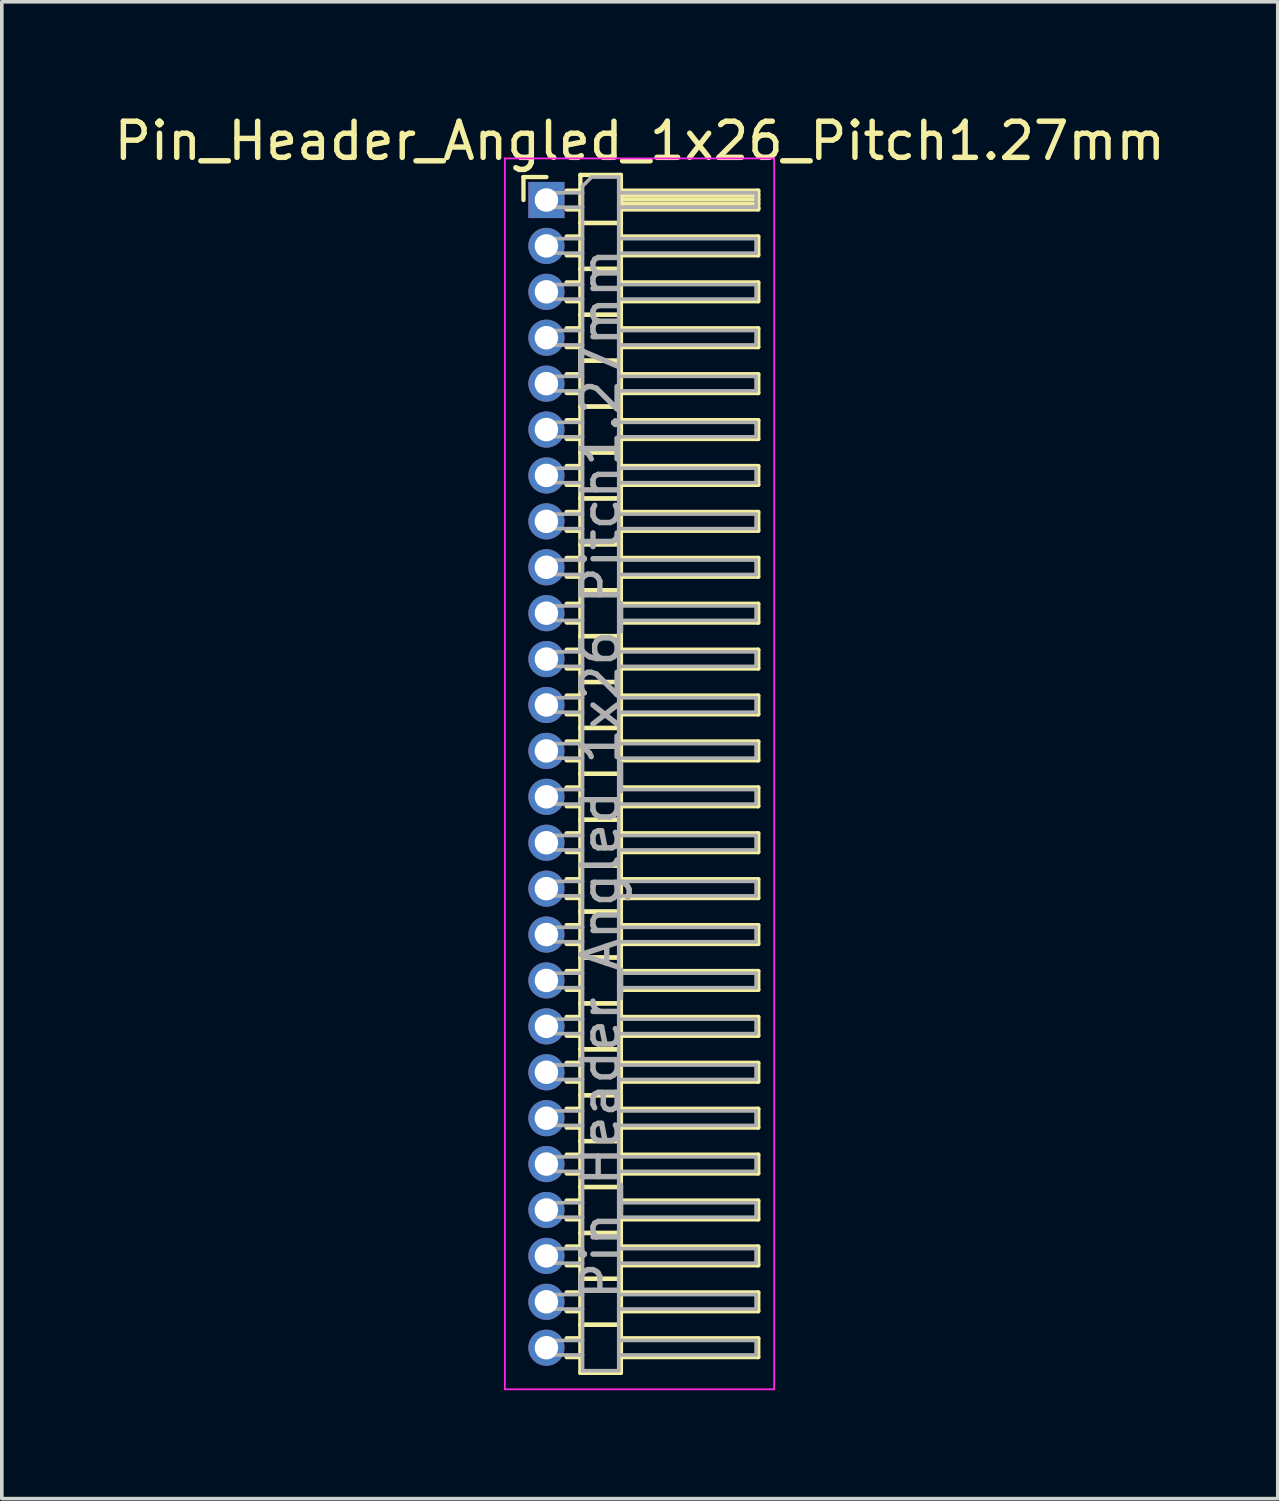
<source format=kicad_pcb>
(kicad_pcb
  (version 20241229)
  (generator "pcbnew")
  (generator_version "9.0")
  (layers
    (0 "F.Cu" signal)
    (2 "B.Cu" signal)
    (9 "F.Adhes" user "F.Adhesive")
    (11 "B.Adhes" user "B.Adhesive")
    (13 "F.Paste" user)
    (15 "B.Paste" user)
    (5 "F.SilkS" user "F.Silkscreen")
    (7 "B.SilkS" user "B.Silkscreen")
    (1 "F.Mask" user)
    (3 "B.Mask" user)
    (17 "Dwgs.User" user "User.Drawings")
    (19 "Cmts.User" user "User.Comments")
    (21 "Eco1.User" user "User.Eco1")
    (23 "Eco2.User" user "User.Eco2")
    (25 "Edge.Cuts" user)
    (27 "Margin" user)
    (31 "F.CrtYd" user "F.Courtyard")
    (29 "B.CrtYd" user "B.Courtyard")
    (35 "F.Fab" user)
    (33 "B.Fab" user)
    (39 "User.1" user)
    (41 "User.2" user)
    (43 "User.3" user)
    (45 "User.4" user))
  (footprint "Pin_Header_Angled_1x26_Pitch1.27mm"
    (layer "F.Cu")
    (at 12.066 2.483)
    (property "Reference" "Pin_Header_Angled_1x26_Pitch1.27mm" (at 2.583 -1.635 0) (layer "F.SilkS") (effects (font (size 1 1) (thickness 0.15))))
    (attr through_hole)
    (fp_line (start -0.635 -0.635) (end 0 -0.635) (stroke (width 0.12) (type solid)) (layer "F.SilkS"))
    (fp_line (start -0.635 0) (end -0.635 -0.635) (stroke (width 0.12) (type solid)) (layer "F.SilkS"))
    (fp_line (start 0.56 -0.26) (end 0.94 -0.26) (stroke (width 0.12) (type solid)) (layer "F.SilkS"))
    (fp_line (start 0.56 0.26) (end 0.94 0.26) (stroke (width 0.12) (type solid)) (layer "F.SilkS"))
    (fp_line (start 0.56 1.01) (end 0.94 1.01) (stroke (width 0.12) (type solid)) (layer "F.SilkS"))
    (fp_line (start 0.56 1.53) (end 0.94 1.53) (stroke (width 0.12) (type solid)) (layer "F.SilkS"))
    (fp_line (start 0.56 2.28) (end 0.94 2.28) (stroke (width 0.12) (type solid)) (layer "F.SilkS"))
    (fp_line (start 0.56 2.8) (end 0.94 2.8) (stroke (width 0.12) (type solid)) (layer "F.SilkS"))
    (fp_line (start 0.56 3.55) (end 0.94 3.55) (stroke (width 0.12) (type solid)) (layer "F.SilkS"))
    (fp_line (start 0.56 4.07) (end 0.94 4.07) (stroke (width 0.12) (type solid)) (layer "F.SilkS"))
    (fp_line (start 0.56 4.82) (end 0.94 4.82) (stroke (width 0.12) (type solid)) (layer "F.SilkS"))
    (fp_line (start 0.56 5.34) (end 0.94 5.34) (stroke (width 0.12) (type solid)) (layer "F.SilkS"))
    (fp_line (start 0.56 6.09) (end 0.94 6.09) (stroke (width 0.12) (type solid)) (layer "F.SilkS"))
    (fp_line (start 0.56 6.61) (end 0.94 6.61) (stroke (width 0.12) (type solid)) (layer "F.SilkS"))
    (fp_line (start 0.56 7.36) (end 0.94 7.36) (stroke (width 0.12) (type solid)) (layer "F.SilkS"))
    (fp_line (start 0.56 7.88) (end 0.94 7.88) (stroke (width 0.12) (type solid)) (layer "F.SilkS"))
    (fp_line (start 0.56 8.63) (end 0.94 8.63) (stroke (width 0.12) (type solid)) (layer "F.SilkS"))
    (fp_line (start 0.56 9.15) (end 0.94 9.15) (stroke (width 0.12) (type solid)) (layer "F.SilkS"))
    (fp_line (start 0.56 9.9) (end 0.94 9.9) (stroke (width 0.12) (type solid)) (layer "F.SilkS"))
    (fp_line (start 0.56 10.42) (end 0.94 10.42) (stroke (width 0.12) (type solid)) (layer "F.SilkS"))
    (fp_line (start 0.56 11.17) (end 0.94 11.17) (stroke (width 0.12) (type solid)) (layer "F.SilkS"))
    (fp_line (start 0.56 11.69) (end 0.94 11.69) (stroke (width 0.12) (type solid)) (layer "F.SilkS"))
    (fp_line (start 0.56 12.44) (end 0.94 12.44) (stroke (width 0.12) (type solid)) (layer "F.SilkS"))
    (fp_line (start 0.56 12.96) (end 0.94 12.96) (stroke (width 0.12) (type solid)) (layer "F.SilkS"))
    (fp_line (start 0.56 13.71) (end 0.94 13.71) (stroke (width 0.12) (type solid)) (layer "F.SilkS"))
    (fp_line (start 0.56 14.23) (end 0.94 14.23) (stroke (width 0.12) (type solid)) (layer "F.SilkS"))
    (fp_line (start 0.56 14.98) (end 0.94 14.98) (stroke (width 0.12) (type solid)) (layer "F.SilkS"))
    (fp_line (start 0.56 15.5) (end 0.94 15.5) (stroke (width 0.12) (type solid)) (layer "F.SilkS"))
    (fp_line (start 0.56 16.25) (end 0.94 16.25) (stroke (width 0.12) (type solid)) (layer "F.SilkS"))
    (fp_line (start 0.56 16.77) (end 0.94 16.77) (stroke (width 0.12) (type solid)) (layer "F.SilkS"))
    (fp_line (start 0.56 17.52) (end 0.94 17.52) (stroke (width 0.12) (type solid)) (layer "F.SilkS"))
    (fp_line (start 0.56 18.04) (end 0.94 18.04) (stroke (width 0.12) (type solid)) (layer "F.SilkS"))
    (fp_line (start 0.56 18.79) (end 0.94 18.79) (stroke (width 0.12) (type solid)) (layer "F.SilkS"))
    (fp_line (start 0.56 19.31) (end 0.94 19.31) (stroke (width 0.12) (type solid)) (layer "F.SilkS"))
    (fp_line (start 0.56 20.06) (end 0.94 20.06) (stroke (width 0.12) (type solid)) (layer "F.SilkS"))
    (fp_line (start 0.56 20.58) (end 0.94 20.58) (stroke (width 0.12) (type solid)) (layer "F.SilkS"))
    (fp_line (start 0.56 21.33) (end 0.94 21.33) (stroke (width 0.12) (type solid)) (layer "F.SilkS"))
    (fp_line (start 0.56 21.85) (end 0.94 21.85) (stroke (width 0.12) (type solid)) (layer "F.SilkS"))
    (fp_line (start 0.56 22.6) (end 0.94 22.6) (stroke (width 0.12) (type solid)) (layer "F.SilkS"))
    (fp_line (start 0.56 23.12) (end 0.94 23.12) (stroke (width 0.12) (type solid)) (layer "F.SilkS"))
    (fp_line (start 0.56 23.87) (end 0.94 23.87) (stroke (width 0.12) (type solid)) (layer "F.SilkS"))
    (fp_line (start 0.56 24.39) (end 0.94 24.39) (stroke (width 0.12) (type solid)) (layer "F.SilkS"))
    (fp_line (start 0.56 25.14) (end 0.94 25.14) (stroke (width 0.12) (type solid)) (layer "F.SilkS"))
    (fp_line (start 0.56 25.66) (end 0.94 25.66) (stroke (width 0.12) (type solid)) (layer "F.SilkS"))
    (fp_line (start 0.56 26.41) (end 0.94 26.41) (stroke (width 0.12) (type solid)) (layer "F.SilkS"))
    (fp_line (start 0.56 26.93) (end 0.94 26.93) (stroke (width 0.12) (type solid)) (layer "F.SilkS"))
    (fp_line (start 0.56 27.68) (end 0.94 27.68) (stroke (width 0.12) (type solid)) (layer "F.SilkS"))
    (fp_line (start 0.56 28.2) (end 0.94 28.2) (stroke (width 0.12) (type solid)) (layer "F.SilkS"))
    (fp_line (start 0.56 28.95) (end 0.94 28.95) (stroke (width 0.12) (type solid)) (layer "F.SilkS"))
    (fp_line (start 0.56 29.47) (end 0.94 29.47) (stroke (width 0.12) (type solid)) (layer "F.SilkS"))
    (fp_line (start 0.56 30.22) (end 0.94 30.22) (stroke (width 0.12) (type solid)) (layer "F.SilkS"))
    (fp_line (start 0.56 30.74) (end 0.94 30.74) (stroke (width 0.12) (type solid)) (layer "F.SilkS"))
    (fp_line (start 0.56 31.49) (end 0.94 31.49) (stroke (width 0.12) (type solid)) (layer "F.SilkS"))
    (fp_line (start 0.56 32.01) (end 0.94 32.01) (stroke (width 0.12) (type solid)) (layer "F.SilkS"))
    (fp_line (start 0.94 -0.695) (end 0.94 0.635) (stroke (width 0.12) (type solid)) (layer "F.SilkS"))
    (fp_line (start 0.94 0.635) (end 0.94 1.905) (stroke (width 0.12) (type solid)) (layer "F.SilkS"))
    (fp_line (start 0.94 0.635) (end 2.06 0.635) (stroke (width 0.12) (type solid)) (layer "F.SilkS"))
    (fp_line (start 0.94 1.905) (end 0.94 3.175) (stroke (width 0.12) (type solid)) (layer "F.SilkS"))
    (fp_line (start 0.94 1.905) (end 2.06 1.905) (stroke (width 0.12) (type solid)) (layer "F.SilkS"))
    (fp_line (start 0.94 3.175) (end 0.94 4.445) (stroke (width 0.12) (type solid)) (layer "F.SilkS"))
    (fp_line (start 0.94 3.175) (end 2.06 3.175) (stroke (width 0.12) (type solid)) (layer "F.SilkS"))
    (fp_line (start 0.94 4.445) (end 0.94 5.715) (stroke (width 0.12) (type solid)) (layer "F.SilkS"))
    (fp_line (start 0.94 4.445) (end 2.06 4.445) (stroke (width 0.12) (type solid)) (layer "F.SilkS"))
    (fp_line (start 0.94 5.715) (end 0.94 6.985) (stroke (width 0.12) (type solid)) (layer "F.SilkS"))
    (fp_line (start 0.94 5.715) (end 2.06 5.715) (stroke (width 0.12) (type solid)) (layer "F.SilkS"))
    (fp_line (start 0.94 6.985) (end 0.94 8.255) (stroke (width 0.12) (type solid)) (layer "F.SilkS"))
    (fp_line (start 0.94 6.985) (end 2.06 6.985) (stroke (width 0.12) (type solid)) (layer "F.SilkS"))
    (fp_line (start 0.94 8.255) (end 0.94 9.525) (stroke (width 0.12) (type solid)) (layer "F.SilkS"))
    (fp_line (start 0.94 8.255) (end 2.06 8.255) (stroke (width 0.12) (type solid)) (layer "F.SilkS"))
    (fp_line (start 0.94 9.525) (end 0.94 10.795) (stroke (width 0.12) (type solid)) (layer "F.SilkS"))
    (fp_line (start 0.94 9.525) (end 2.06 9.525) (stroke (width 0.12) (type solid)) (layer "F.SilkS"))
    (fp_line (start 0.94 10.795) (end 0.94 12.065) (stroke (width 0.12) (type solid)) (layer "F.SilkS"))
    (fp_line (start 0.94 10.795) (end 2.06 10.795) (stroke (width 0.12) (type solid)) (layer "F.SilkS"))
    (fp_line (start 0.94 12.065) (end 0.94 13.335) (stroke (width 0.12) (type solid)) (layer "F.SilkS"))
    (fp_line (start 0.94 12.065) (end 2.06 12.065) (stroke (width 0.12) (type solid)) (layer "F.SilkS"))
    (fp_line (start 0.94 13.335) (end 0.94 14.605) (stroke (width 0.12) (type solid)) (layer "F.SilkS"))
    (fp_line (start 0.94 13.335) (end 2.06 13.335) (stroke (width 0.12) (type solid)) (layer "F.SilkS"))
    (fp_line (start 0.94 14.605) (end 0.94 15.875) (stroke (width 0.12) (type solid)) (layer "F.SilkS"))
    (fp_line (start 0.94 14.605) (end 2.06 14.605) (stroke (width 0.12) (type solid)) (layer "F.SilkS"))
    (fp_line (start 0.94 15.875) (end 0.94 17.145) (stroke (width 0.12) (type solid)) (layer "F.SilkS"))
    (fp_line (start 0.94 15.875) (end 2.06 15.875) (stroke (width 0.12) (type solid)) (layer "F.SilkS"))
    (fp_line (start 0.94 17.145) (end 0.94 18.415) (stroke (width 0.12) (type solid)) (layer "F.SilkS"))
    (fp_line (start 0.94 17.145) (end 2.06 17.145) (stroke (width 0.12) (type solid)) (layer "F.SilkS"))
    (fp_line (start 0.94 18.415) (end 0.94 19.685) (stroke (width 0.12) (type solid)) (layer "F.SilkS"))
    (fp_line (start 0.94 18.415) (end 2.06 18.415) (stroke (width 0.12) (type solid)) (layer "F.SilkS"))
    (fp_line (start 0.94 19.685) (end 0.94 20.955) (stroke (width 0.12) (type solid)) (layer "F.SilkS"))
    (fp_line (start 0.94 19.685) (end 2.06 19.685) (stroke (width 0.12) (type solid)) (layer "F.SilkS"))
    (fp_line (start 0.94 20.955) (end 0.94 22.225) (stroke (width 0.12) (type solid)) (layer "F.SilkS"))
    (fp_line (start 0.94 20.955) (end 2.06 20.955) (stroke (width 0.12) (type solid)) (layer "F.SilkS"))
    (fp_line (start 0.94 22.225) (end 0.94 23.495) (stroke (width 0.12) (type solid)) (layer "F.SilkS"))
    (fp_line (start 0.94 22.225) (end 2.06 22.225) (stroke (width 0.12) (type solid)) (layer "F.SilkS"))
    (fp_line (start 0.94 23.495) (end 0.94 24.765) (stroke (width 0.12) (type solid)) (layer "F.SilkS"))
    (fp_line (start 0.94 23.495) (end 2.06 23.495) (stroke (width 0.12) (type solid)) (layer "F.SilkS"))
    (fp_line (start 0.94 24.765) (end 0.94 26.035) (stroke (width 0.12) (type solid)) (layer "F.SilkS"))
    (fp_line (start 0.94 24.765) (end 2.06 24.765) (stroke (width 0.12) (type solid)) (layer "F.SilkS"))
    (fp_line (start 0.94 26.035) (end 0.94 27.305) (stroke (width 0.12) (type solid)) (layer "F.SilkS"))
    (fp_line (start 0.94 26.035) (end 2.06 26.035) (stroke (width 0.12) (type solid)) (layer "F.SilkS"))
    (fp_line (start 0.94 27.305) (end 0.94 28.575) (stroke (width 0.12) (type solid)) (layer "F.SilkS"))
    (fp_line (start 0.94 27.305) (end 2.06 27.305) (stroke (width 0.12) (type solid)) (layer "F.SilkS"))
    (fp_line (start 0.94 28.575) (end 0.94 29.845) (stroke (width 0.12) (type solid)) (layer "F.SilkS"))
    (fp_line (start 0.94 28.575) (end 2.06 28.575) (stroke (width 0.12) (type solid)) (layer "F.SilkS"))
    (fp_line (start 0.94 29.845) (end 0.94 31.115) (stroke (width 0.12) (type solid)) (layer "F.SilkS"))
    (fp_line (start 0.94 29.845) (end 2.06 29.845) (stroke (width 0.12) (type solid)) (layer "F.SilkS"))
    (fp_line (start 0.94 31.115) (end 0.94 32.445) (stroke (width 0.12) (type solid)) (layer "F.SilkS"))
    (fp_line (start 0.94 31.115) (end 2.06 31.115) (stroke (width 0.12) (type solid)) (layer "F.SilkS"))
    (fp_line (start 0.94 32.445) (end 2.06 32.445) (stroke (width 0.12) (type solid)) (layer "F.SilkS"))
    (fp_line (start 2.06 -0.695) (end 0.94 -0.695) (stroke (width 0.12) (type solid)) (layer "F.SilkS"))
    (fp_line (start 2.06 -0.26) (end 2.06 0.26) (stroke (width 0.12) (type solid)) (layer "F.SilkS"))
    (fp_line (start 2.06 -0.14) (end 5.86 -0.14) (stroke (width 0.12) (type solid)) (layer "F.SilkS"))
    (fp_line (start 2.06 -0.02) (end 5.86 -0.02) (stroke (width 0.12) (type solid)) (layer "F.SilkS"))
    (fp_line (start 2.06 0.1) (end 5.86 0.1) (stroke (width 0.12) (type solid)) (layer "F.SilkS"))
    (fp_line (start 2.06 0.22) (end 5.86 0.22) (stroke (width 0.12) (type solid)) (layer "F.SilkS"))
    (fp_line (start 2.06 0.26) (end 5.86 0.26) (stroke (width 0.12) (type solid)) (layer "F.SilkS"))
    (fp_line (start 2.06 0.635) (end 0.94 0.635) (stroke (width 0.12) (type solid)) (layer "F.SilkS"))
    (fp_line (start 2.06 0.635) (end 2.06 -0.695) (stroke (width 0.12) (type solid)) (layer "F.SilkS"))
    (fp_line (start 2.06 1.01) (end 2.06 1.53) (stroke (width 0.12) (type solid)) (layer "F.SilkS"))
    (fp_line (start 2.06 1.53) (end 5.86 1.53) (stroke (width 0.12) (type solid)) (layer "F.SilkS"))
    (fp_line (start 2.06 1.905) (end 0.94 1.905) (stroke (width 0.12) (type solid)) (layer "F.SilkS"))
    (fp_line (start 2.06 1.905) (end 2.06 0.635) (stroke (width 0.12) (type solid)) (layer "F.SilkS"))
    (fp_line (start 2.06 2.28) (end 2.06 2.8) (stroke (width 0.12) (type solid)) (layer "F.SilkS"))
    (fp_line (start 2.06 2.8) (end 5.86 2.8) (stroke (width 0.12) (type solid)) (layer "F.SilkS"))
    (fp_line (start 2.06 3.175) (end 0.94 3.175) (stroke (width 0.12) (type solid)) (layer "F.SilkS"))
    (fp_line (start 2.06 3.175) (end 2.06 1.905) (stroke (width 0.12) (type solid)) (layer "F.SilkS"))
    (fp_line (start 2.06 3.55) (end 2.06 4.07) (stroke (width 0.12) (type solid)) (layer "F.SilkS"))
    (fp_line (start 2.06 4.07) (end 5.86 4.07) (stroke (width 0.12) (type solid)) (layer "F.SilkS"))
    (fp_line (start 2.06 4.445) (end 0.94 4.445) (stroke (width 0.12) (type solid)) (layer "F.SilkS"))
    (fp_line (start 2.06 4.445) (end 2.06 3.175) (stroke (width 0.12) (type solid)) (layer "F.SilkS"))
    (fp_line (start 2.06 4.82) (end 2.06 5.34) (stroke (width 0.12) (type solid)) (layer "F.SilkS"))
    (fp_line (start 2.06 5.34) (end 5.86 5.34) (stroke (width 0.12) (type solid)) (layer "F.SilkS"))
    (fp_line (start 2.06 5.715) (end 0.94 5.715) (stroke (width 0.12) (type solid)) (layer "F.SilkS"))
    (fp_line (start 2.06 5.715) (end 2.06 4.445) (stroke (width 0.12) (type solid)) (layer "F.SilkS"))
    (fp_line (start 2.06 6.09) (end 2.06 6.61) (stroke (width 0.12) (type solid)) (layer "F.SilkS"))
    (fp_line (start 2.06 6.61) (end 5.86 6.61) (stroke (width 0.12) (type solid)) (layer "F.SilkS"))
    (fp_line (start 2.06 6.985) (end 0.94 6.985) (stroke (width 0.12) (type solid)) (layer "F.SilkS"))
    (fp_line (start 2.06 6.985) (end 2.06 5.715) (stroke (width 0.12) (type solid)) (layer "F.SilkS"))
    (fp_line (start 2.06 7.36) (end 2.06 7.88) (stroke (width 0.12) (type solid)) (layer "F.SilkS"))
    (fp_line (start 2.06 7.88) (end 5.86 7.88) (stroke (width 0.12) (type solid)) (layer "F.SilkS"))
    (fp_line (start 2.06 8.255) (end 0.94 8.255) (stroke (width 0.12) (type solid)) (layer "F.SilkS"))
    (fp_line (start 2.06 8.255) (end 2.06 6.985) (stroke (width 0.12) (type solid)) (layer "F.SilkS"))
    (fp_line (start 2.06 8.63) (end 2.06 9.15) (stroke (width 0.12) (type solid)) (layer "F.SilkS"))
    (fp_line (start 2.06 9.15) (end 5.86 9.15) (stroke (width 0.12) (type solid)) (layer "F.SilkS"))
    (fp_line (start 2.06 9.525) (end 0.94 9.525) (stroke (width 0.12) (type solid)) (layer "F.SilkS"))
    (fp_line (start 2.06 9.525) (end 2.06 8.255) (stroke (width 0.12) (type solid)) (layer "F.SilkS"))
    (fp_line (start 2.06 9.9) (end 2.06 10.42) (stroke (width 0.12) (type solid)) (layer "F.SilkS"))
    (fp_line (start 2.06 10.42) (end 5.86 10.42) (stroke (width 0.12) (type solid)) (layer "F.SilkS"))
    (fp_line (start 2.06 10.795) (end 0.94 10.795) (stroke (width 0.12) (type solid)) (layer "F.SilkS"))
    (fp_line (start 2.06 10.795) (end 2.06 9.525) (stroke (width 0.12) (type solid)) (layer "F.SilkS"))
    (fp_line (start 2.06 11.17) (end 2.06 11.69) (stroke (width 0.12) (type solid)) (layer "F.SilkS"))
    (fp_line (start 2.06 11.69) (end 5.86 11.69) (stroke (width 0.12) (type solid)) (layer "F.SilkS"))
    (fp_line (start 2.06 12.065) (end 0.94 12.065) (stroke (width 0.12) (type solid)) (layer "F.SilkS"))
    (fp_line (start 2.06 12.065) (end 2.06 10.795) (stroke (width 0.12) (type solid)) (layer "F.SilkS"))
    (fp_line (start 2.06 12.44) (end 2.06 12.96) (stroke (width 0.12) (type solid)) (layer "F.SilkS"))
    (fp_line (start 2.06 12.96) (end 5.86 12.96) (stroke (width 0.12) (type solid)) (layer "F.SilkS"))
    (fp_line (start 2.06 13.335) (end 0.94 13.335) (stroke (width 0.12) (type solid)) (layer "F.SilkS"))
    (fp_line (start 2.06 13.335) (end 2.06 12.065) (stroke (width 0.12) (type solid)) (layer "F.SilkS"))
    (fp_line (start 2.06 13.71) (end 2.06 14.23) (stroke (width 0.12) (type solid)) (layer "F.SilkS"))
    (fp_line (start 2.06 14.23) (end 5.86 14.23) (stroke (width 0.12) (type solid)) (layer "F.SilkS"))
    (fp_line (start 2.06 14.605) (end 0.94 14.605) (stroke (width 0.12) (type solid)) (layer "F.SilkS"))
    (fp_line (start 2.06 14.605) (end 2.06 13.335) (stroke (width 0.12) (type solid)) (layer "F.SilkS"))
    (fp_line (start 2.06 14.98) (end 2.06 15.5) (stroke (width 0.12) (type solid)) (layer "F.SilkS"))
    (fp_line (start 2.06 15.5) (end 5.86 15.5) (stroke (width 0.12) (type solid)) (layer "F.SilkS"))
    (fp_line (start 2.06 15.875) (end 0.94 15.875) (stroke (width 0.12) (type solid)) (layer "F.SilkS"))
    (fp_line (start 2.06 15.875) (end 2.06 14.605) (stroke (width 0.12) (type solid)) (layer "F.SilkS"))
    (fp_line (start 2.06 16.25) (end 2.06 16.77) (stroke (width 0.12) (type solid)) (layer "F.SilkS"))
    (fp_line (start 2.06 16.77) (end 5.86 16.77) (stroke (width 0.12) (type solid)) (layer "F.SilkS"))
    (fp_line (start 2.06 17.145) (end 0.94 17.145) (stroke (width 0.12) (type solid)) (layer "F.SilkS"))
    (fp_line (start 2.06 17.145) (end 2.06 15.875) (stroke (width 0.12) (type solid)) (layer "F.SilkS"))
    (fp_line (start 2.06 17.52) (end 2.06 18.04) (stroke (width 0.12) (type solid)) (layer "F.SilkS"))
    (fp_line (start 2.06 18.04) (end 5.86 18.04) (stroke (width 0.12) (type solid)) (layer "F.SilkS"))
    (fp_line (start 2.06 18.415) (end 0.94 18.415) (stroke (width 0.12) (type solid)) (layer "F.SilkS"))
    (fp_line (start 2.06 18.415) (end 2.06 17.145) (stroke (width 0.12) (type solid)) (layer "F.SilkS"))
    (fp_line (start 2.06 18.79) (end 2.06 19.31) (stroke (width 0.12) (type solid)) (layer "F.SilkS"))
    (fp_line (start 2.06 19.31) (end 5.86 19.31) (stroke (width 0.12) (type solid)) (layer "F.SilkS"))
    (fp_line (start 2.06 19.685) (end 0.94 19.685) (stroke (width 0.12) (type solid)) (layer "F.SilkS"))
    (fp_line (start 2.06 19.685) (end 2.06 18.415) (stroke (width 0.12) (type solid)) (layer "F.SilkS"))
    (fp_line (start 2.06 20.06) (end 2.06 20.58) (stroke (width 0.12) (type solid)) (layer "F.SilkS"))
    (fp_line (start 2.06 20.58) (end 5.86 20.58) (stroke (width 0.12) (type solid)) (layer "F.SilkS"))
    (fp_line (start 2.06 20.955) (end 0.94 20.955) (stroke (width 0.12) (type solid)) (layer "F.SilkS"))
    (fp_line (start 2.06 20.955) (end 2.06 19.685) (stroke (width 0.12) (type solid)) (layer "F.SilkS"))
    (fp_line (start 2.06 21.33) (end 2.06 21.85) (stroke (width 0.12) (type solid)) (layer "F.SilkS"))
    (fp_line (start 2.06 21.85) (end 5.86 21.85) (stroke (width 0.12) (type solid)) (layer "F.SilkS"))
    (fp_line (start 2.06 22.225) (end 0.94 22.225) (stroke (width 0.12) (type solid)) (layer "F.SilkS"))
    (fp_line (start 2.06 22.225) (end 2.06 20.955) (stroke (width 0.12) (type solid)) (layer "F.SilkS"))
    (fp_line (start 2.06 22.6) (end 2.06 23.12) (stroke (width 0.12) (type solid)) (layer "F.SilkS"))
    (fp_line (start 2.06 23.12) (end 5.86 23.12) (stroke (width 0.12) (type solid)) (layer "F.SilkS"))
    (fp_line (start 2.06 23.495) (end 0.94 23.495) (stroke (width 0.12) (type solid)) (layer "F.SilkS"))
    (fp_line (start 2.06 23.495) (end 2.06 22.225) (stroke (width 0.12) (type solid)) (layer "F.SilkS"))
    (fp_line (start 2.06 23.87) (end 2.06 24.39) (stroke (width 0.12) (type solid)) (layer "F.SilkS"))
    (fp_line (start 2.06 24.39) (end 5.86 24.39) (stroke (width 0.12) (type solid)) (layer "F.SilkS"))
    (fp_line (start 2.06 24.765) (end 0.94 24.765) (stroke (width 0.12) (type solid)) (layer "F.SilkS"))
    (fp_line (start 2.06 24.765) (end 2.06 23.495) (stroke (width 0.12) (type solid)) (layer "F.SilkS"))
    (fp_line (start 2.06 25.14) (end 2.06 25.66) (stroke (width 0.12) (type solid)) (layer "F.SilkS"))
    (fp_line (start 2.06 25.66) (end 5.86 25.66) (stroke (width 0.12) (type solid)) (layer "F.SilkS"))
    (fp_line (start 2.06 26.035) (end 0.94 26.035) (stroke (width 0.12) (type solid)) (layer "F.SilkS"))
    (fp_line (start 2.06 26.035) (end 2.06 24.765) (stroke (width 0.12) (type solid)) (layer "F.SilkS"))
    (fp_line (start 2.06 26.41) (end 2.06 26.93) (stroke (width 0.12) (type solid)) (layer "F.SilkS"))
    (fp_line (start 2.06 26.93) (end 5.86 26.93) (stroke (width 0.12) (type solid)) (layer "F.SilkS"))
    (fp_line (start 2.06 27.305) (end 0.94 27.305) (stroke (width 0.12) (type solid)) (layer "F.SilkS"))
    (fp_line (start 2.06 27.305) (end 2.06 26.035) (stroke (width 0.12) (type solid)) (layer "F.SilkS"))
    (fp_line (start 2.06 27.68) (end 2.06 28.2) (stroke (width 0.12) (type solid)) (layer "F.SilkS"))
    (fp_line (start 2.06 28.2) (end 5.86 28.2) (stroke (width 0.12) (type solid)) (layer "F.SilkS"))
    (fp_line (start 2.06 28.575) (end 0.94 28.575) (stroke (width 0.12) (type solid)) (layer "F.SilkS"))
    (fp_line (start 2.06 28.575) (end 2.06 27.305) (stroke (width 0.12) (type solid)) (layer "F.SilkS"))
    (fp_line (start 2.06 28.95) (end 2.06 29.47) (stroke (width 0.12) (type solid)) (layer "F.SilkS"))
    (fp_line (start 2.06 29.47) (end 5.86 29.47) (stroke (width 0.12) (type solid)) (layer "F.SilkS"))
    (fp_line (start 2.06 29.845) (end 0.94 29.845) (stroke (width 0.12) (type solid)) (layer "F.SilkS"))
    (fp_line (start 2.06 29.845) (end 2.06 28.575) (stroke (width 0.12) (type solid)) (layer "F.SilkS"))
    (fp_line (start 2.06 30.22) (end 2.06 30.74) (stroke (width 0.12) (type solid)) (layer "F.SilkS"))
    (fp_line (start 2.06 30.74) (end 5.86 30.74) (stroke (width 0.12) (type solid)) (layer "F.SilkS"))
    (fp_line (start 2.06 31.115) (end 0.94 31.115) (stroke (width 0.12) (type solid)) (layer "F.SilkS"))
    (fp_line (start 2.06 31.115) (end 2.06 29.845) (stroke (width 0.12) (type solid)) (layer "F.SilkS"))
    (fp_line (start 2.06 31.49) (end 2.06 32.01) (stroke (width 0.12) (type solid)) (layer "F.SilkS"))
    (fp_line (start 2.06 32.01) (end 5.86 32.01) (stroke (width 0.12) (type solid)) (layer "F.SilkS"))
    (fp_line (start 2.06 32.445) (end 2.06 31.115) (stroke (width 0.12) (type solid)) (layer "F.SilkS"))
    (fp_line (start 5.86 -0.26) (end 2.06 -0.26) (stroke (width 0.12) (type solid)) (layer "F.SilkS"))
    (fp_line (start 5.86 0.26) (end 5.86 -0.26) (stroke (width 0.12) (type solid)) (layer "F.SilkS"))
    (fp_line (start 5.86 1.01) (end 2.06 1.01) (stroke (width 0.12) (type solid)) (layer "F.SilkS"))
    (fp_line (start 5.86 1.53) (end 5.86 1.01) (stroke (width 0.12) (type solid)) (layer "F.SilkS"))
    (fp_line (start 5.86 2.28) (end 2.06 2.28) (stroke (width 0.12) (type solid)) (layer "F.SilkS"))
    (fp_line (start 5.86 2.8) (end 5.86 2.28) (stroke (width 0.12) (type solid)) (layer "F.SilkS"))
    (fp_line (start 5.86 3.55) (end 2.06 3.55) (stroke (width 0.12) (type solid)) (layer "F.SilkS"))
    (fp_line (start 5.86 4.07) (end 5.86 3.55) (stroke (width 0.12) (type solid)) (layer "F.SilkS"))
    (fp_line (start 5.86 4.82) (end 2.06 4.82) (stroke (width 0.12) (type solid)) (layer "F.SilkS"))
    (fp_line (start 5.86 5.34) (end 5.86 4.82) (stroke (width 0.12) (type solid)) (layer "F.SilkS"))
    (fp_line (start 5.86 6.09) (end 2.06 6.09) (stroke (width 0.12) (type solid)) (layer "F.SilkS"))
    (fp_line (start 5.86 6.61) (end 5.86 6.09) (stroke (width 0.12) (type solid)) (layer "F.SilkS"))
    (fp_line (start 5.86 7.36) (end 2.06 7.36) (stroke (width 0.12) (type solid)) (layer "F.SilkS"))
    (fp_line (start 5.86 7.88) (end 5.86 7.36) (stroke (width 0.12) (type solid)) (layer "F.SilkS"))
    (fp_line (start 5.86 8.63) (end 2.06 8.63) (stroke (width 0.12) (type solid)) (layer "F.SilkS"))
    (fp_line (start 5.86 9.15) (end 5.86 8.63) (stroke (width 0.12) (type solid)) (layer "F.SilkS"))
    (fp_line (start 5.86 9.9) (end 2.06 9.9) (stroke (width 0.12) (type solid)) (layer "F.SilkS"))
    (fp_line (start 5.86 10.42) (end 5.86 9.9) (stroke (width 0.12) (type solid)) (layer "F.SilkS"))
    (fp_line (start 5.86 11.17) (end 2.06 11.17) (stroke (width 0.12) (type solid)) (layer "F.SilkS"))
    (fp_line (start 5.86 11.69) (end 5.86 11.17) (stroke (width 0.12) (type solid)) (layer "F.SilkS"))
    (fp_line (start 5.86 12.44) (end 2.06 12.44) (stroke (width 0.12) (type solid)) (layer "F.SilkS"))
    (fp_line (start 5.86 12.96) (end 5.86 12.44) (stroke (width 0.12) (type solid)) (layer "F.SilkS"))
    (fp_line (start 5.86 13.71) (end 2.06 13.71) (stroke (width 0.12) (type solid)) (layer "F.SilkS"))
    (fp_line (start 5.86 14.23) (end 5.86 13.71) (stroke (width 0.12) (type solid)) (layer "F.SilkS"))
    (fp_line (start 5.86 14.98) (end 2.06 14.98) (stroke (width 0.12) (type solid)) (layer "F.SilkS"))
    (fp_line (start 5.86 15.5) (end 5.86 14.98) (stroke (width 0.12) (type solid)) (layer "F.SilkS"))
    (fp_line (start 5.86 16.25) (end 2.06 16.25) (stroke (width 0.12) (type solid)) (layer "F.SilkS"))
    (fp_line (start 5.86 16.77) (end 5.86 16.25) (stroke (width 0.12) (type solid)) (layer "F.SilkS"))
    (fp_line (start 5.86 17.52) (end 2.06 17.52) (stroke (width 0.12) (type solid)) (layer "F.SilkS"))
    (fp_line (start 5.86 18.04) (end 5.86 17.52) (stroke (width 0.12) (type solid)) (layer "F.SilkS"))
    (fp_line (start 5.86 18.79) (end 2.06 18.79) (stroke (width 0.12) (type solid)) (layer "F.SilkS"))
    (fp_line (start 5.86 19.31) (end 5.86 18.79) (stroke (width 0.12) (type solid)) (layer "F.SilkS"))
    (fp_line (start 5.86 20.06) (end 2.06 20.06) (stroke (width 0.12) (type solid)) (layer "F.SilkS"))
    (fp_line (start 5.86 20.58) (end 5.86 20.06) (stroke (width 0.12) (type solid)) (layer "F.SilkS"))
    (fp_line (start 5.86 21.33) (end 2.06 21.33) (stroke (width 0.12) (type solid)) (layer "F.SilkS"))
    (fp_line (start 5.86 21.85) (end 5.86 21.33) (stroke (width 0.12) (type solid)) (layer "F.SilkS"))
    (fp_line (start 5.86 22.6) (end 2.06 22.6) (stroke (width 0.12) (type solid)) (layer "F.SilkS"))
    (fp_line (start 5.86 23.12) (end 5.86 22.6) (stroke (width 0.12) (type solid)) (layer "F.SilkS"))
    (fp_line (start 5.86 23.87) (end 2.06 23.87) (stroke (width 0.12) (type solid)) (layer "F.SilkS"))
    (fp_line (start 5.86 24.39) (end 5.86 23.87) (stroke (width 0.12) (type solid)) (layer "F.SilkS"))
    (fp_line (start 5.86 25.14) (end 2.06 25.14) (stroke (width 0.12) (type solid)) (layer "F.SilkS"))
    (fp_line (start 5.86 25.66) (end 5.86 25.14) (stroke (width 0.12) (type solid)) (layer "F.SilkS"))
    (fp_line (start 5.86 26.41) (end 2.06 26.41) (stroke (width 0.12) (type solid)) (layer "F.SilkS"))
    (fp_line (start 5.86 26.93) (end 5.86 26.41) (stroke (width 0.12) (type solid)) (layer "F.SilkS"))
    (fp_line (start 5.86 27.68) (end 2.06 27.68) (stroke (width 0.12) (type solid)) (layer "F.SilkS"))
    (fp_line (start 5.86 28.2) (end 5.86 27.68) (stroke (width 0.12) (type solid)) (layer "F.SilkS"))
    (fp_line (start 5.86 28.95) (end 2.06 28.95) (stroke (width 0.12) (type solid)) (layer "F.SilkS"))
    (fp_line (start 5.86 29.47) (end 5.86 28.95) (stroke (width 0.12) (type solid)) (layer "F.SilkS"))
    (fp_line (start 5.86 30.22) (end 2.06 30.22) (stroke (width 0.12) (type solid)) (layer "F.SilkS"))
    (fp_line (start 5.86 30.74) (end 5.86 30.22) (stroke (width 0.12) (type solid)) (layer "F.SilkS"))
    (fp_line (start 5.86 31.49) (end 2.06 31.49) (stroke (width 0.12) (type solid)) (layer "F.SilkS"))
    (fp_line (start 5.86 32.01) (end 5.86 31.49) (stroke (width 0.12) (type solid)) (layer "F.SilkS"))
    (fp_line (start -1.15 -1.15) (end -1.15 32.9) (stroke (width 0.05) (type solid)) (layer "F.CrtYd"))
    (fp_line (start -1.15 32.9) (end 6.3 32.9) (stroke (width 0.05) (type solid)) (layer "F.CrtYd"))
    (fp_line (start 6.3 -1.15) (end -1.15 -1.15) (stroke (width 0.05) (type solid)) (layer "F.CrtYd"))
    (fp_line (start 6.3 32.9) (end 6.3 -1.15) (stroke (width 0.05) (type solid)) (layer "F.CrtYd"))
    (fp_line (start -0.2 -0.2) (end -0.2 0.2) (stroke (width 0.1) (type solid)) (layer "F.Fab"))
    (fp_line (start -0.2 -0.2) (end 1 -0.2) (stroke (width 0.1) (type solid)) (layer "F.Fab"))
    (fp_line (start -0.2 0.2) (end 1 0.2) (stroke (width 0.1) (type solid)) (layer "F.Fab"))
    (fp_line (start -0.2 1.07) (end -0.2 1.47) (stroke (width 0.1) (type solid)) (layer "F.Fab"))
    (fp_line (start -0.2 1.07) (end 1 1.07) (stroke (width 0.1) (type solid)) (layer "F.Fab"))
    (fp_line (start -0.2 1.47) (end 1 1.47) (stroke (width 0.1) (type solid)) (layer "F.Fab"))
    (fp_line (start -0.2 2.34) (end -0.2 2.74) (stroke (width 0.1) (type solid)) (layer "F.Fab"))
    (fp_line (start -0.2 2.34) (end 1 2.34) (stroke (width 0.1) (type solid)) (layer "F.Fab"))
    (fp_line (start -0.2 2.74) (end 1 2.74) (stroke (width 0.1) (type solid)) (layer "F.Fab"))
    (fp_line (start -0.2 3.61) (end -0.2 4.01) (stroke (width 0.1) (type solid)) (layer "F.Fab"))
    (fp_line (start -0.2 3.61) (end 1 3.61) (stroke (width 0.1) (type solid)) (layer "F.Fab"))
    (fp_line (start -0.2 4.01) (end 1 4.01) (stroke (width 0.1) (type solid)) (layer "F.Fab"))
    (fp_line (start -0.2 4.88) (end -0.2 5.28) (stroke (width 0.1) (type solid)) (layer "F.Fab"))
    (fp_line (start -0.2 4.88) (end 1 4.88) (stroke (width 0.1) (type solid)) (layer "F.Fab"))
    (fp_line (start -0.2 5.28) (end 1 5.28) (stroke (width 0.1) (type solid)) (layer "F.Fab"))
    (fp_line (start -0.2 6.15) (end -0.2 6.55) (stroke (width 0.1) (type solid)) (layer "F.Fab"))
    (fp_line (start -0.2 6.15) (end 1 6.15) (stroke (width 0.1) (type solid)) (layer "F.Fab"))
    (fp_line (start -0.2 6.55) (end 1 6.55) (stroke (width 0.1) (type solid)) (layer "F.Fab"))
    (fp_line (start -0.2 7.42) (end -0.2 7.82) (stroke (width 0.1) (type solid)) (layer "F.Fab"))
    (fp_line (start -0.2 7.42) (end 1 7.42) (stroke (width 0.1) (type solid)) (layer "F.Fab"))
    (fp_line (start -0.2 7.82) (end 1 7.82) (stroke (width 0.1) (type solid)) (layer "F.Fab"))
    (fp_line (start -0.2 8.69) (end -0.2 9.09) (stroke (width 0.1) (type solid)) (layer "F.Fab"))
    (fp_line (start -0.2 8.69) (end 1 8.69) (stroke (width 0.1) (type solid)) (layer "F.Fab"))
    (fp_line (start -0.2 9.09) (end 1 9.09) (stroke (width 0.1) (type solid)) (layer "F.Fab"))
    (fp_line (start -0.2 9.96) (end -0.2 10.36) (stroke (width 0.1) (type solid)) (layer "F.Fab"))
    (fp_line (start -0.2 9.96) (end 1 9.96) (stroke (width 0.1) (type solid)) (layer "F.Fab"))
    (fp_line (start -0.2 10.36) (end 1 10.36) (stroke (width 0.1) (type solid)) (layer "F.Fab"))
    (fp_line (start -0.2 11.23) (end -0.2 11.63) (stroke (width 0.1) (type solid)) (layer "F.Fab"))
    (fp_line (start -0.2 11.23) (end 1 11.23) (stroke (width 0.1) (type solid)) (layer "F.Fab"))
    (fp_line (start -0.2 11.63) (end 1 11.63) (stroke (width 0.1) (type solid)) (layer "F.Fab"))
    (fp_line (start -0.2 12.5) (end -0.2 12.9) (stroke (width 0.1) (type solid)) (layer "F.Fab"))
    (fp_line (start -0.2 12.5) (end 1 12.5) (stroke (width 0.1) (type solid)) (layer "F.Fab"))
    (fp_line (start -0.2 12.9) (end 1 12.9) (stroke (width 0.1) (type solid)) (layer "F.Fab"))
    (fp_line (start -0.2 13.77) (end -0.2 14.17) (stroke (width 0.1) (type solid)) (layer "F.Fab"))
    (fp_line (start -0.2 13.77) (end 1 13.77) (stroke (width 0.1) (type solid)) (layer "F.Fab"))
    (fp_line (start -0.2 14.17) (end 1 14.17) (stroke (width 0.1) (type solid)) (layer "F.Fab"))
    (fp_line (start -0.2 15.04) (end -0.2 15.44) (stroke (width 0.1) (type solid)) (layer "F.Fab"))
    (fp_line (start -0.2 15.04) (end 1 15.04) (stroke (width 0.1) (type solid)) (layer "F.Fab"))
    (fp_line (start -0.2 15.44) (end 1 15.44) (stroke (width 0.1) (type solid)) (layer "F.Fab"))
    (fp_line (start -0.2 16.31) (end -0.2 16.71) (stroke (width 0.1) (type solid)) (layer "F.Fab"))
    (fp_line (start -0.2 16.31) (end 1 16.31) (stroke (width 0.1) (type solid)) (layer "F.Fab"))
    (fp_line (start -0.2 16.71) (end 1 16.71) (stroke (width 0.1) (type solid)) (layer "F.Fab"))
    (fp_line (start -0.2 17.58) (end -0.2 17.98) (stroke (width 0.1) (type solid)) (layer "F.Fab"))
    (fp_line (start -0.2 17.58) (end 1 17.58) (stroke (width 0.1) (type solid)) (layer "F.Fab"))
    (fp_line (start -0.2 17.98) (end 1 17.98) (stroke (width 0.1) (type solid)) (layer "F.Fab"))
    (fp_line (start -0.2 18.85) (end -0.2 19.25) (stroke (width 0.1) (type solid)) (layer "F.Fab"))
    (fp_line (start -0.2 18.85) (end 1 18.85) (stroke (width 0.1) (type solid)) (layer "F.Fab"))
    (fp_line (start -0.2 19.25) (end 1 19.25) (stroke (width 0.1) (type solid)) (layer "F.Fab"))
    (fp_line (start -0.2 20.12) (end -0.2 20.52) (stroke (width 0.1) (type solid)) (layer "F.Fab"))
    (fp_line (start -0.2 20.12) (end 1 20.12) (stroke (width 0.1) (type solid)) (layer "F.Fab"))
    (fp_line (start -0.2 20.52) (end 1 20.52) (stroke (width 0.1) (type solid)) (layer "F.Fab"))
    (fp_line (start -0.2 21.39) (end -0.2 21.79) (stroke (width 0.1) (type solid)) (layer "F.Fab"))
    (fp_line (start -0.2 21.39) (end 1 21.39) (stroke (width 0.1) (type solid)) (layer "F.Fab"))
    (fp_line (start -0.2 21.79) (end 1 21.79) (stroke (width 0.1) (type solid)) (layer "F.Fab"))
    (fp_line (start -0.2 22.66) (end -0.2 23.06) (stroke (width 0.1) (type solid)) (layer "F.Fab"))
    (fp_line (start -0.2 22.66) (end 1 22.66) (stroke (width 0.1) (type solid)) (layer "F.Fab"))
    (fp_line (start -0.2 23.06) (end 1 23.06) (stroke (width 0.1) (type solid)) (layer "F.Fab"))
    (fp_line (start -0.2 23.93) (end -0.2 24.33) (stroke (width 0.1) (type solid)) (layer "F.Fab"))
    (fp_line (start -0.2 23.93) (end 1 23.93) (stroke (width 0.1) (type solid)) (layer "F.Fab"))
    (fp_line (start -0.2 24.33) (end 1 24.33) (stroke (width 0.1) (type solid)) (layer "F.Fab"))
    (fp_line (start -0.2 25.2) (end -0.2 25.6) (stroke (width 0.1) (type solid)) (layer "F.Fab"))
    (fp_line (start -0.2 25.2) (end 1 25.2) (stroke (width 0.1) (type solid)) (layer "F.Fab"))
    (fp_line (start -0.2 25.6) (end 1 25.6) (stroke (width 0.1) (type solid)) (layer "F.Fab"))
    (fp_line (start -0.2 26.47) (end -0.2 26.87) (stroke (width 0.1) (type solid)) (layer "F.Fab"))
    (fp_line (start -0.2 26.47) (end 1 26.47) (stroke (width 0.1) (type solid)) (layer "F.Fab"))
    (fp_line (start -0.2 26.87) (end 1 26.87) (stroke (width 0.1) (type solid)) (layer "F.Fab"))
    (fp_line (start -0.2 27.74) (end -0.2 28.14) (stroke (width 0.1) (type solid)) (layer "F.Fab"))
    (fp_line (start -0.2 27.74) (end 1 27.74) (stroke (width 0.1) (type solid)) (layer "F.Fab"))
    (fp_line (start -0.2 28.14) (end 1 28.14) (stroke (width 0.1) (type solid)) (layer "F.Fab"))
    (fp_line (start -0.2 29.01) (end -0.2 29.41) (stroke (width 0.1) (type solid)) (layer "F.Fab"))
    (fp_line (start -0.2 29.01) (end 1 29.01) (stroke (width 0.1) (type solid)) (layer "F.Fab"))
    (fp_line (start -0.2 29.41) (end 1 29.41) (stroke (width 0.1) (type solid)) (layer "F.Fab"))
    (fp_line (start -0.2 30.28) (end -0.2 30.68) (stroke (width 0.1) (type solid)) (layer "F.Fab"))
    (fp_line (start -0.2 30.28) (end 1 30.28) (stroke (width 0.1) (type solid)) (layer "F.Fab"))
    (fp_line (start -0.2 30.68) (end 1 30.68) (stroke (width 0.1) (type solid)) (layer "F.Fab"))
    (fp_line (start -0.2 31.55) (end -0.2 31.95) (stroke (width 0.1) (type solid)) (layer "F.Fab"))
    (fp_line (start -0.2 31.55) (end 1 31.55) (stroke (width 0.1) (type solid)) (layer "F.Fab"))
    (fp_line (start -0.2 31.95) (end 1 31.95) (stroke (width 0.1) (type solid)) (layer "F.Fab"))
    (fp_line (start 1 -0.385) (end 1.25 -0.635) (stroke (width 0.1) (type solid)) (layer "F.Fab"))
    (fp_line (start 1 32.385) (end 1 -0.385) (stroke (width 0.1) (type solid)) (layer "F.Fab"))
    (fp_line (start 1.25 -0.635) (end 2 -0.635) (stroke (width 0.1) (type solid)) (layer "F.Fab"))
    (fp_line (start 2 -0.635) (end 2 32.385) (stroke (width 0.1) (type solid)) (layer "F.Fab"))
    (fp_line (start 2 -0.2) (end 5.8 -0.2) (stroke (width 0.1) (type solid)) (layer "F.Fab"))
    (fp_line (start 2 0.2) (end 5.8 0.2) (stroke (width 0.1) (type solid)) (layer "F.Fab"))
    (fp_line (start 2 1.07) (end 5.8 1.07) (stroke (width 0.1) (type solid)) (layer "F.Fab"))
    (fp_line (start 2 1.47) (end 5.8 1.47) (stroke (width 0.1) (type solid)) (layer "F.Fab"))
    (fp_line (start 2 2.34) (end 5.8 2.34) (stroke (width 0.1) (type solid)) (layer "F.Fab"))
    (fp_line (start 2 2.74) (end 5.8 2.74) (stroke (width 0.1) (type solid)) (layer "F.Fab"))
    (fp_line (start 2 3.61) (end 5.8 3.61) (stroke (width 0.1) (type solid)) (layer "F.Fab"))
    (fp_line (start 2 4.01) (end 5.8 4.01) (stroke (width 0.1) (type solid)) (layer "F.Fab"))
    (fp_line (start 2 4.88) (end 5.8 4.88) (stroke (width 0.1) (type solid)) (layer "F.Fab"))
    (fp_line (start 2 5.28) (end 5.8 5.28) (stroke (width 0.1) (type solid)) (layer "F.Fab"))
    (fp_line (start 2 6.15) (end 5.8 6.15) (stroke (width 0.1) (type solid)) (layer "F.Fab"))
    (fp_line (start 2 6.55) (end 5.8 6.55) (stroke (width 0.1) (type solid)) (layer "F.Fab"))
    (fp_line (start 2 7.42) (end 5.8 7.42) (stroke (width 0.1) (type solid)) (layer "F.Fab"))
    (fp_line (start 2 7.82) (end 5.8 7.82) (stroke (width 0.1) (type solid)) (layer "F.Fab"))
    (fp_line (start 2 8.69) (end 5.8 8.69) (stroke (width 0.1) (type solid)) (layer "F.Fab"))
    (fp_line (start 2 9.09) (end 5.8 9.09) (stroke (width 0.1) (type solid)) (layer "F.Fab"))
    (fp_line (start 2 9.96) (end 5.8 9.96) (stroke (width 0.1) (type solid)) (layer "F.Fab"))
    (fp_line (start 2 10.36) (end 5.8 10.36) (stroke (width 0.1) (type solid)) (layer "F.Fab"))
    (fp_line (start 2 11.23) (end 5.8 11.23) (stroke (width 0.1) (type solid)) (layer "F.Fab"))
    (fp_line (start 2 11.63) (end 5.8 11.63) (stroke (width 0.1) (type solid)) (layer "F.Fab"))
    (fp_line (start 2 12.5) (end 5.8 12.5) (stroke (width 0.1) (type solid)) (layer "F.Fab"))
    (fp_line (start 2 12.9) (end 5.8 12.9) (stroke (width 0.1) (type solid)) (layer "F.Fab"))
    (fp_line (start 2 13.77) (end 5.8 13.77) (stroke (width 0.1) (type solid)) (layer "F.Fab"))
    (fp_line (start 2 14.17) (end 5.8 14.17) (stroke (width 0.1) (type solid)) (layer "F.Fab"))
    (fp_line (start 2 15.04) (end 5.8 15.04) (stroke (width 0.1) (type solid)) (layer "F.Fab"))
    (fp_line (start 2 15.44) (end 5.8 15.44) (stroke (width 0.1) (type solid)) (layer "F.Fab"))
    (fp_line (start 2 16.31) (end 5.8 16.31) (stroke (width 0.1) (type solid)) (layer "F.Fab"))
    (fp_line (start 2 16.71) (end 5.8 16.71) (stroke (width 0.1) (type solid)) (layer "F.Fab"))
    (fp_line (start 2 17.58) (end 5.8 17.58) (stroke (width 0.1) (type solid)) (layer "F.Fab"))
    (fp_line (start 2 17.98) (end 5.8 17.98) (stroke (width 0.1) (type solid)) (layer "F.Fab"))
    (fp_line (start 2 18.85) (end 5.8 18.85) (stroke (width 0.1) (type solid)) (layer "F.Fab"))
    (fp_line (start 2 19.25) (end 5.8 19.25) (stroke (width 0.1) (type solid)) (layer "F.Fab"))
    (fp_line (start 2 20.12) (end 5.8 20.12) (stroke (width 0.1) (type solid)) (layer "F.Fab"))
    (fp_line (start 2 20.52) (end 5.8 20.52) (stroke (width 0.1) (type solid)) (layer "F.Fab"))
    (fp_line (start 2 21.39) (end 5.8 21.39) (stroke (width 0.1) (type solid)) (layer "F.Fab"))
    (fp_line (start 2 21.79) (end 5.8 21.79) (stroke (width 0.1) (type solid)) (layer "F.Fab"))
    (fp_line (start 2 22.66) (end 5.8 22.66) (stroke (width 0.1) (type solid)) (layer "F.Fab"))
    (fp_line (start 2 23.06) (end 5.8 23.06) (stroke (width 0.1) (type solid)) (layer "F.Fab"))
    (fp_line (start 2 23.93) (end 5.8 23.93) (stroke (width 0.1) (type solid)) (layer "F.Fab"))
    (fp_line (start 2 24.33) (end 5.8 24.33) (stroke (width 0.1) (type solid)) (layer "F.Fab"))
    (fp_line (start 2 25.2) (end 5.8 25.2) (stroke (width 0.1) (type solid)) (layer "F.Fab"))
    (fp_line (start 2 25.6) (end 5.8 25.6) (stroke (width 0.1) (type solid)) (layer "F.Fab"))
    (fp_line (start 2 26.47) (end 5.8 26.47) (stroke (width 0.1) (type solid)) (layer "F.Fab"))
    (fp_line (start 2 26.87) (end 5.8 26.87) (stroke (width 0.1) (type solid)) (layer "F.Fab"))
    (fp_line (start 2 27.74) (end 5.8 27.74) (stroke (width 0.1) (type solid)) (layer "F.Fab"))
    (fp_line (start 2 28.14) (end 5.8 28.14) (stroke (width 0.1) (type solid)) (layer "F.Fab"))
    (fp_line (start 2 29.01) (end 5.8 29.01) (stroke (width 0.1) (type solid)) (layer "F.Fab"))
    (fp_line (start 2 29.41) (end 5.8 29.41) (stroke (width 0.1) (type solid)) (layer "F.Fab"))
    (fp_line (start 2 30.28) (end 5.8 30.28) (stroke (width 0.1) (type solid)) (layer "F.Fab"))
    (fp_line (start 2 30.68) (end 5.8 30.68) (stroke (width 0.1) (type solid)) (layer "F.Fab"))
    (fp_line (start 2 31.55) (end 5.8 31.55) (stroke (width 0.1) (type solid)) (layer "F.Fab"))
    (fp_line (start 2 31.95) (end 5.8 31.95) (stroke (width 0.1) (type solid)) (layer "F.Fab"))
    (fp_line (start 2 32.385) (end 1 32.385) (stroke (width 0.1) (type solid)) (layer "F.Fab"))
    (fp_line (start 5.8 -0.2) (end 5.8 0.2) (stroke (width 0.1) (type solid)) (layer "F.Fab"))
    (fp_line (start 5.8 1.07) (end 5.8 1.47) (stroke (width 0.1) (type solid)) (layer "F.Fab"))
    (fp_line (start 5.8 2.34) (end 5.8 2.74) (stroke (width 0.1) (type solid)) (layer "F.Fab"))
    (fp_line (start 5.8 3.61) (end 5.8 4.01) (stroke (width 0.1) (type solid)) (layer "F.Fab"))
    (fp_line (start 5.8 4.88) (end 5.8 5.28) (stroke (width 0.1) (type solid)) (layer "F.Fab"))
    (fp_line (start 5.8 6.15) (end 5.8 6.55) (stroke (width 0.1) (type solid)) (layer "F.Fab"))
    (fp_line (start 5.8 7.42) (end 5.8 7.82) (stroke (width 0.1) (type solid)) (layer "F.Fab"))
    (fp_line (start 5.8 8.69) (end 5.8 9.09) (stroke (width 0.1) (type solid)) (layer "F.Fab"))
    (fp_line (start 5.8 9.96) (end 5.8 10.36) (stroke (width 0.1) (type solid)) (layer "F.Fab"))
    (fp_line (start 5.8 11.23) (end 5.8 11.63) (stroke (width 0.1) (type solid)) (layer "F.Fab"))
    (fp_line (start 5.8 12.5) (end 5.8 12.9) (stroke (width 0.1) (type solid)) (layer "F.Fab"))
    (fp_line (start 5.8 13.77) (end 5.8 14.17) (stroke (width 0.1) (type solid)) (layer "F.Fab"))
    (fp_line (start 5.8 15.04) (end 5.8 15.44) (stroke (width 0.1) (type solid)) (layer "F.Fab"))
    (fp_line (start 5.8 16.31) (end 5.8 16.71) (stroke (width 0.1) (type solid)) (layer "F.Fab"))
    (fp_line (start 5.8 17.58) (end 5.8 17.98) (stroke (width 0.1) (type solid)) (layer "F.Fab"))
    (fp_line (start 5.8 18.85) (end 5.8 19.25) (stroke (width 0.1) (type solid)) (layer "F.Fab"))
    (fp_line (start 5.8 20.12) (end 5.8 20.52) (stroke (width 0.1) (type solid)) (layer "F.Fab"))
    (fp_line (start 5.8 21.39) (end 5.8 21.79) (stroke (width 0.1) (type solid)) (layer "F.Fab"))
    (fp_line (start 5.8 22.66) (end 5.8 23.06) (stroke (width 0.1) (type solid)) (layer "F.Fab"))
    (fp_line (start 5.8 23.93) (end 5.8 24.33) (stroke (width 0.1) (type solid)) (layer "F.Fab"))
    (fp_line (start 5.8 25.2) (end 5.8 25.6) (stroke (width 0.1) (type solid)) (layer "F.Fab"))
    (fp_line (start 5.8 26.47) (end 5.8 26.87) (stroke (width 0.1) (type solid)) (layer "F.Fab"))
    (fp_line (start 5.8 27.74) (end 5.8 28.14) (stroke (width 0.1) (type solid)) (layer "F.Fab"))
    (fp_line (start 5.8 29.01) (end 5.8 29.41) (stroke (width 0.1) (type solid)) (layer "F.Fab"))
    (fp_line (start 5.8 30.28) (end 5.8 30.68) (stroke (width 0.1) (type solid)) (layer "F.Fab"))
    (fp_line (start 5.8 31.55) (end 5.8 31.95) (stroke (width 0.1) (type solid)) (layer "F.Fab"))
    (fp_text user "${REFERENCE}" (at 1.5 15.875 90) (layer "F.Fab") (effects (font (size 1 1) (thickness 0.15))))
    (pad "1" thru_hole rect (at 0 0) (size 1 1) (drill 0.65) (layers "*.Cu" "*.Mask"))
    (pad "2" thru_hole oval (at 0 1.27) (size 1 1) (drill 0.65) (layers "*.Cu" "*.Mask"))
    (pad "3" thru_hole oval (at 0 2.54) (size 1 1) (drill 0.65) (layers "*.Cu" "*.Mask"))
    (pad "4" thru_hole oval (at 0 3.81) (size 1 1) (drill 0.65) (layers "*.Cu" "*.Mask"))
    (pad "5" thru_hole oval (at 0 5.08) (size 1 1) (drill 0.65) (layers "*.Cu" "*.Mask"))
    (pad "6" thru_hole oval (at 0 6.35) (size 1 1) (drill 0.65) (layers "*.Cu" "*.Mask"))
    (pad "7" thru_hole oval (at 0 7.62) (size 1 1) (drill 0.65) (layers "*.Cu" "*.Mask"))
    (pad "8" thru_hole oval (at 0 8.89) (size 1 1) (drill 0.65) (layers "*.Cu" "*.Mask"))
    (pad "9" thru_hole oval (at 0 10.16) (size 1 1) (drill 0.65) (layers "*.Cu" "*.Mask"))
    (pad "10" thru_hole oval (at 0 11.43) (size 1 1) (drill 0.65) (layers "*.Cu" "*.Mask"))
    (pad "11" thru_hole oval (at 0 12.7) (size 1 1) (drill 0.65) (layers "*.Cu" "*.Mask"))
    (pad "12" thru_hole oval (at 0 13.97) (size 1 1) (drill 0.65) (layers "*.Cu" "*.Mask"))
    (pad "13" thru_hole oval (at 0 15.24) (size 1 1) (drill 0.65) (layers "*.Cu" "*.Mask"))
    (pad "14" thru_hole oval (at 0 16.51) (size 1 1) (drill 0.65) (layers "*.Cu" "*.Mask"))
    (pad "15" thru_hole oval (at 0 17.78) (size 1 1) (drill 0.65) (layers "*.Cu" "*.Mask"))
    (pad "16" thru_hole oval (at 0 19.05) (size 1 1) (drill 0.65) (layers "*.Cu" "*.Mask"))
    (pad "17" thru_hole oval (at 0 20.32) (size 1 1) (drill 0.65) (layers "*.Cu" "*.Mask"))
    (pad "18" thru_hole oval (at 0 21.59) (size 1 1) (drill 0.65) (layers "*.Cu" "*.Mask"))
    (pad "19" thru_hole oval (at 0 22.86) (size 1 1) (drill 0.65) (layers "*.Cu" "*.Mask"))
    (pad "20" thru_hole oval (at 0 24.13) (size 1 1) (drill 0.65) (layers "*.Cu" "*.Mask"))
    (pad "21" thru_hole oval (at 0 25.4) (size 1 1) (drill 0.65) (layers "*.Cu" "*.Mask"))
    (pad "22" thru_hole oval (at 0 26.67) (size 1 1) (drill 0.65) (layers "*.Cu" "*.Mask"))
    (pad "23" thru_hole oval (at 0 27.94) (size 1 1) (drill 0.65) (layers "*.Cu" "*.Mask"))
    (pad "24" thru_hole oval (at 0 29.21) (size 1 1) (drill 0.65) (layers "*.Cu" "*.Mask"))
    (pad "25" thru_hole oval (at 0 30.48) (size 1 1) (drill 0.65) (layers "*.Cu" "*.Mask"))
    (pad "26" thru_hole oval (at 0 31.75) (size 1 1) (drill 0.65) (layers "*.Cu" "*.Mask")))
  (gr_rect
    (start -3 -3)
    (end 32.298 38.408)
    (stroke (width 0.1) (type default))
    (fill no)
    (layer "Edge.Cuts")))
</source>
